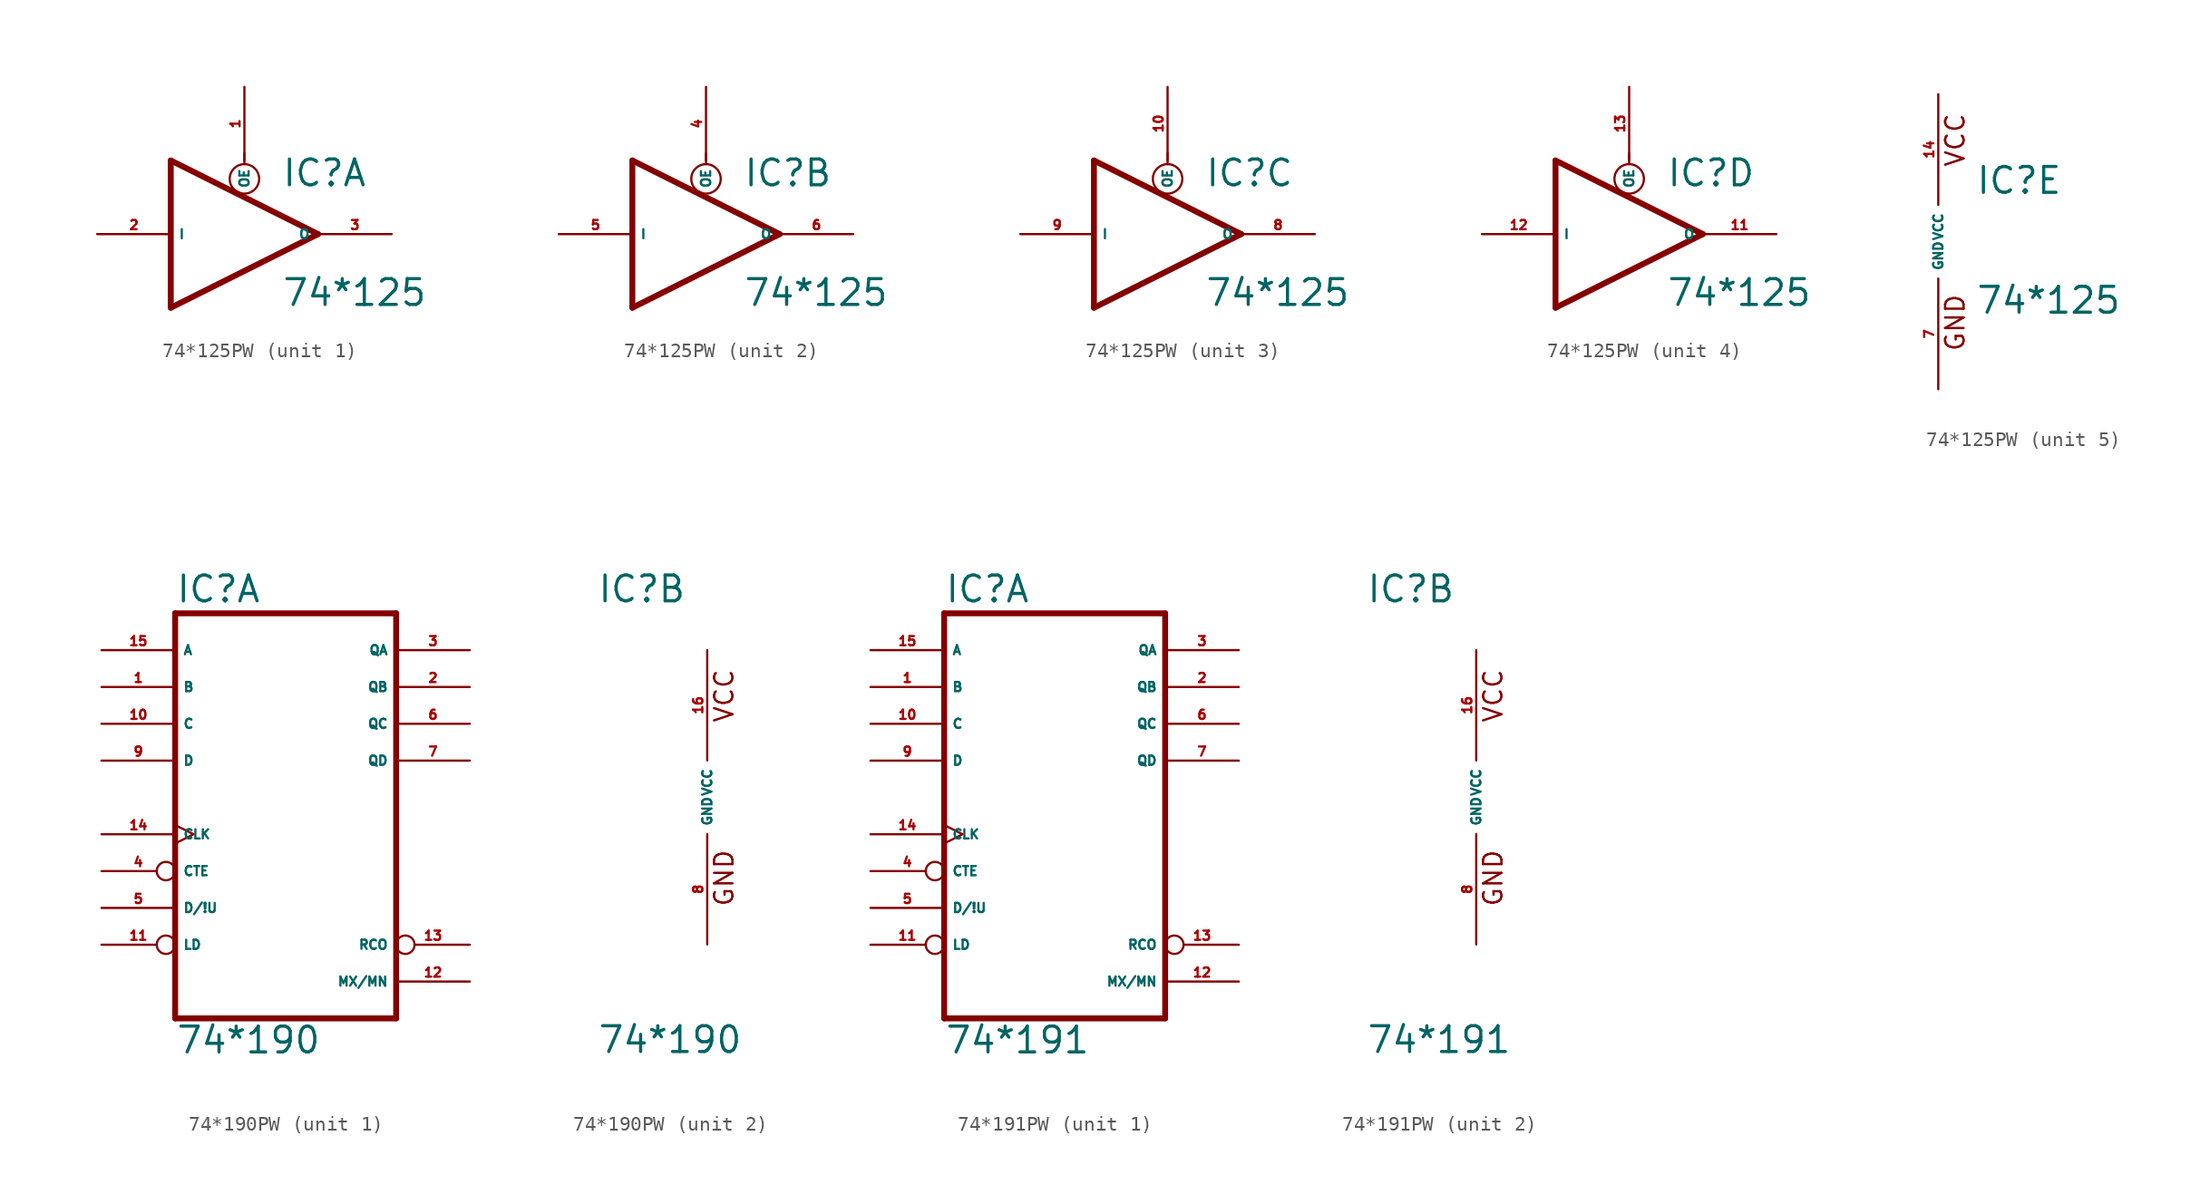
<source format=kicad_sym>
(kicad_symbol_lib
  (version 20220914)
  (generator Eagle2Kicad)
  (symbol "74*125PW"
    (property "Reference" "IC"
      (at 2.54 3.175 0)
      (effects (font (size 1.778 1.778) (thickness 0.22)) (justify left bottom)))
    (property "Value" "74*125"
      (at 2.54 -5.08 0)
      (effects (font (size 1.778 1.778) (thickness 0.22)) (justify left bottom)))
    (symbol "74*125PW_1_0"
      (polyline (pts (xy 5.08 0) (xy -5.08 5.08)) (stroke (width 0.406) (type default)) (fill (type none)))
      (polyline (pts (xy 5.08 0) (xy -5.08 -5.08)) (stroke (width 0.406) (type default)) (fill (type none)))
      (polyline (pts (xy -5.08 -5.08) (xy -5.08 5.08)) (stroke (width 0.406) (type default)) (fill (type none)))
      (polyline (pts (xy 0 4.826) (xy 0 5.588)) (stroke (width 0.152) (type default)) (fill (type none)))
      (circle (center 0 3.81) (radius 1.016) (stroke (width 0.152) (type default)) (fill (type none)))
      (pin input line (at 0 10.16 270) (length 5.08) (name "OE" (effects (font (size 0.635 0.635) (thickness 0.08)) (justify left bottom))) (number "1" (effects (font (size 0.635 0.635) (thickness 0.08)) (justify left bottom))))
      (pin input line (at -10.16 0 0) (length 5.08) (name "I" (effects (font (size 0.635 0.635) (thickness 0.08)) (justify left bottom))) (number "2" (effects (font (size 0.635 0.635) (thickness 0.08)) (justify left bottom))))
      (pin tri_state line (at 10.16 0 180) (length 5.08) (name "O" (effects (font (size 0.635 0.635) (thickness 0.08)) (justify left bottom))) (number "3" (effects (font (size 0.635 0.635) (thickness 0.08)) (justify left bottom)))))
    (symbol "74*125PW_2_0"
      (polyline (pts (xy 5.08 0) (xy -5.08 5.08)) (stroke (width 0.406) (type default)) (fill (type none)))
      (polyline (pts (xy 5.08 0) (xy -5.08 -5.08)) (stroke (width 0.406) (type default)) (fill (type none)))
      (polyline (pts (xy -5.08 -5.08) (xy -5.08 5.08)) (stroke (width 0.406) (type default)) (fill (type none)))
      (polyline (pts (xy 0 4.826) (xy 0 5.588)) (stroke (width 0.152) (type default)) (fill (type none)))
      (circle (center 0 3.81) (radius 1.016) (stroke (width 0.152) (type default)) (fill (type none)))
      (pin input line (at 0 10.16 270) (length 5.08) (name "OE" (effects (font (size 0.635 0.635) (thickness 0.08)) (justify left bottom))) (number "4" (effects (font (size 0.635 0.635) (thickness 0.08)) (justify left bottom))))
      (pin input line (at -10.16 0 0) (length 5.08) (name "I" (effects (font (size 0.635 0.635) (thickness 0.08)) (justify left bottom))) (number "5" (effects (font (size 0.635 0.635) (thickness 0.08)) (justify left bottom))))
      (pin tri_state line (at 10.16 0 180) (length 5.08) (name "O" (effects (font (size 0.635 0.635) (thickness 0.08)) (justify left bottom))) (number "6" (effects (font (size 0.635 0.635) (thickness 0.08)) (justify left bottom)))))
    (symbol "74*125PW_3_0"
      (polyline (pts (xy 5.08 0) (xy -5.08 5.08)) (stroke (width 0.406) (type default)) (fill (type none)))
      (polyline (pts (xy 5.08 0) (xy -5.08 -5.08)) (stroke (width 0.406) (type default)) (fill (type none)))
      (polyline (pts (xy -5.08 -5.08) (xy -5.08 5.08)) (stroke (width 0.406) (type default)) (fill (type none)))
      (polyline (pts (xy 0 4.826) (xy 0 5.588)) (stroke (width 0.152) (type default)) (fill (type none)))
      (circle (center 0 3.81) (radius 1.016) (stroke (width 0.152) (type default)) (fill (type none)))
      (pin input line (at 0 10.16 270) (length 5.08) (name "OE" (effects (font (size 0.635 0.635) (thickness 0.08)) (justify left bottom))) (number "10" (effects (font (size 0.635 0.635) (thickness 0.08)) (justify left bottom))))
      (pin input line (at -10.16 0 0) (length 5.08) (name "I" (effects (font (size 0.635 0.635) (thickness 0.08)) (justify left bottom))) (number "9" (effects (font (size 0.635 0.635) (thickness 0.08)) (justify left bottom))))
      (pin tri_state line (at 10.16 0 180) (length 5.08) (name "O" (effects (font (size 0.635 0.635) (thickness 0.08)) (justify left bottom))) (number "8" (effects (font (size 0.635 0.635) (thickness 0.08)) (justify left bottom)))))
    (symbol "74*125PW_4_0"
      (polyline (pts (xy 5.08 0) (xy -5.08 5.08)) (stroke (width 0.406) (type default)) (fill (type none)))
      (polyline (pts (xy 5.08 0) (xy -5.08 -5.08)) (stroke (width 0.406) (type default)) (fill (type none)))
      (polyline (pts (xy -5.08 -5.08) (xy -5.08 5.08)) (stroke (width 0.406) (type default)) (fill (type none)))
      (polyline (pts (xy 0 4.826) (xy 0 5.588)) (stroke (width 0.152) (type default)) (fill (type none)))
      (circle (center 0 3.81) (radius 1.016) (stroke (width 0.152) (type default)) (fill (type none)))
      (pin input line (at 0 10.16 270) (length 5.08) (name "OE" (effects (font (size 0.635 0.635) (thickness 0.08)) (justify left bottom))) (number "13" (effects (font (size 0.635 0.635) (thickness 0.08)) (justify left bottom))))
      (pin input line (at -10.16 0 0) (length 5.08) (name "I" (effects (font (size 0.635 0.635) (thickness 0.08)) (justify left bottom))) (number "12" (effects (font (size 0.635 0.635) (thickness 0.08)) (justify left bottom))))
      (pin tri_state line (at 10.16 0 180) (length 5.08) (name "O" (effects (font (size 0.635 0.635) (thickness 0.08)) (justify left bottom))) (number "11" (effects (font (size 0.635 0.635) (thickness 0.08)) (justify left bottom)))))
    (symbol "74*125PW_5_0"
      (text "GND" (at 1.905 -7.62 900) (effects (font (size 1.27 1.27) (thickness 0.16)) (justify left bottom)))
      (text "VCC" (at 1.905 5.08 900) (effects (font (size 1.27 1.27) (thickness 0.16)) (justify left bottom)))
      (pin unspecified line (at 0 -10.16 90) (length 7.62) (name "GND" (effects (font (size 0.635 0.635) (thickness 0.08)) (justify left bottom))) (number "7" (effects (font (size 0.635 0.635) (thickness 0.08)) (justify left bottom))))
      (pin unspecified line (at 0 10.16 270) (length 7.62) (name "VCC" (effects (font (size 0.635 0.635) (thickness 0.08)) (justify left bottom))) (number "14" (effects (font (size 0.635 0.635) (thickness 0.08)) (justify left bottom))))))
  (symbol "74*190PW"
    (property "Reference" "IC"
      (at -7.62 13.335 0)
      (effects (font (size 1.778 1.778) (thickness 0.22)) (justify left bottom)))
    (property "Value" "74*190"
      (at -7.62 -17.78 0)
      (effects (font (size 1.778 1.778) (thickness 0.22)) (justify left bottom)))
    (symbol "74*190PW_1_0"
      (polyline (pts (xy -7.62 -15.24) (xy 7.62 -15.24)) (stroke (width 0.406) (type default)) (fill (type none)))
      (polyline (pts (xy 7.62 -15.24) (xy 7.62 12.7)) (stroke (width 0.406) (type default)) (fill (type none)))
      (polyline (pts (xy 7.62 12.7) (xy -7.62 12.7)) (stroke (width 0.406) (type default)) (fill (type none)))
      (polyline (pts (xy -7.62 12.7) (xy -7.62 -15.24)) (stroke (width 0.406) (type default)) (fill (type none)))
      (pin input line (at -12.7 7.62 0) (length 5.08) (name "B" (effects (font (size 0.635 0.635) (thickness 0.08)) (justify left bottom))) (number "1" (effects (font (size 0.635 0.635) (thickness 0.08)) (justify left bottom))))
      (pin output line (at 12.7 7.62 180) (length 5.08) (name "QB" (effects (font (size 0.635 0.635) (thickness 0.08)) (justify left bottom))) (number "2" (effects (font (size 0.635 0.635) (thickness 0.08)) (justify left bottom))))
      (pin output line (at 12.7 10.16 180) (length 5.08) (name "QA" (effects (font (size 0.635 0.635) (thickness 0.08)) (justify left bottom))) (number "3" (effects (font (size 0.635 0.635) (thickness 0.08)) (justify left bottom))))
      (pin input inverted (at -12.7 -5.08 0) (length 5.08) (name "CTE" (effects (font (size 0.635 0.635) (thickness 0.08)) (justify left bottom))) (number "4" (effects (font (size 0.635 0.635) (thickness 0.08)) (justify left bottom))))
      (pin input line (at -12.7 -7.62 0) (length 5.08) (name "D/!U" (effects (font (size 0.635 0.635) (thickness 0.08)) (justify left bottom))) (number "5" (effects (font (size 0.635 0.635) (thickness 0.08)) (justify left bottom))))
      (pin output line (at 12.7 5.08 180) (length 5.08) (name "QC" (effects (font (size 0.635 0.635) (thickness 0.08)) (justify left bottom))) (number "6" (effects (font (size 0.635 0.635) (thickness 0.08)) (justify left bottom))))
      (pin output line (at 12.7 2.54 180) (length 5.08) (name "QD" (effects (font (size 0.635 0.635) (thickness 0.08)) (justify left bottom))) (number "7" (effects (font (size 0.635 0.635) (thickness 0.08)) (justify left bottom))))
      (pin input line (at -12.7 2.54 0) (length 5.08) (name "D" (effects (font (size 0.635 0.635) (thickness 0.08)) (justify left bottom))) (number "9" (effects (font (size 0.635 0.635) (thickness 0.08)) (justify left bottom))))
      (pin input line (at -12.7 5.08 0) (length 5.08) (name "C" (effects (font (size 0.635 0.635) (thickness 0.08)) (justify left bottom))) (number "10" (effects (font (size 0.635 0.635) (thickness 0.08)) (justify left bottom))))
      (pin input inverted (at -12.7 -10.16 0) (length 5.08) (name "LD" (effects (font (size 0.635 0.635) (thickness 0.08)) (justify left bottom))) (number "11" (effects (font (size 0.635 0.635) (thickness 0.08)) (justify left bottom))))
      (pin output line (at 12.7 -12.7 180) (length 5.08) (name "MX/MN" (effects (font (size 0.635 0.635) (thickness 0.08)) (justify left bottom))) (number "12" (effects (font (size 0.635 0.635) (thickness 0.08)) (justify left bottom))))
      (pin output inverted (at 12.7 -10.16 180) (length 5.08) (name "RCO" (effects (font (size 0.635 0.635) (thickness 0.08)) (justify left bottom))) (number "13" (effects (font (size 0.635 0.635) (thickness 0.08)) (justify left bottom))))
      (pin input clock (at -12.7 -2.54 0) (length 5.08) (name "CLK" (effects (font (size 0.635 0.635) (thickness 0.08)) (justify left bottom))) (number "14" (effects (font (size 0.635 0.635) (thickness 0.08)) (justify left bottom))))
      (pin input line (at -12.7 10.16 0) (length 5.08) (name "A" (effects (font (size 0.635 0.635) (thickness 0.08)) (justify left bottom))) (number "15" (effects (font (size 0.635 0.635) (thickness 0.08)) (justify left bottom)))))
    (symbol "74*190PW_2_0"
      (text "GND" (at 1.905 -7.62 900) (effects (font (size 1.27 1.27) (thickness 0.16)) (justify left bottom)))
      (text "VCC" (at 1.905 5.08 900) (effects (font (size 1.27 1.27) (thickness 0.16)) (justify left bottom)))
      (pin unspecified line (at 0 -10.16 90) (length 7.62) (name "GND" (effects (font (size 0.635 0.635) (thickness 0.08)) (justify left bottom))) (number "8" (effects (font (size 0.635 0.635) (thickness 0.08)) (justify left bottom))))
      (pin unspecified line (at 0 10.16 270) (length 7.62) (name "VCC" (effects (font (size 0.635 0.635) (thickness 0.08)) (justify left bottom))) (number "16" (effects (font (size 0.635 0.635) (thickness 0.08)) (justify left bottom))))))
  (symbol "74*191PW"
    (property "Reference" "IC"
      (at -7.62 13.335 0)
      (effects (font (size 1.778 1.778) (thickness 0.22)) (justify left bottom)))
    (property "Value" "74*191"
      (at -7.62 -17.78 0)
      (effects (font (size 1.778 1.778) (thickness 0.22)) (justify left bottom)))
    (symbol "74*191PW_1_0"
      (polyline (pts (xy -7.62 -15.24) (xy 7.62 -15.24)) (stroke (width 0.406) (type default)) (fill (type none)))
      (polyline (pts (xy 7.62 -15.24) (xy 7.62 12.7)) (stroke (width 0.406) (type default)) (fill (type none)))
      (polyline (pts (xy 7.62 12.7) (xy -7.62 12.7)) (stroke (width 0.406) (type default)) (fill (type none)))
      (polyline (pts (xy -7.62 12.7) (xy -7.62 -15.24)) (stroke (width 0.406) (type default)) (fill (type none)))
      (pin input line (at -12.7 7.62 0) (length 5.08) (name "B" (effects (font (size 0.635 0.635) (thickness 0.08)) (justify left bottom))) (number "1" (effects (font (size 0.635 0.635) (thickness 0.08)) (justify left bottom))))
      (pin output line (at 12.7 7.62 180) (length 5.08) (name "QB" (effects (font (size 0.635 0.635) (thickness 0.08)) (justify left bottom))) (number "2" (effects (font (size 0.635 0.635) (thickness 0.08)) (justify left bottom))))
      (pin output line (at 12.7 10.16 180) (length 5.08) (name "QA" (effects (font (size 0.635 0.635) (thickness 0.08)) (justify left bottom))) (number "3" (effects (font (size 0.635 0.635) (thickness 0.08)) (justify left bottom))))
      (pin input inverted (at -12.7 -5.08 0) (length 5.08) (name "CTE" (effects (font (size 0.635 0.635) (thickness 0.08)) (justify left bottom))) (number "4" (effects (font (size 0.635 0.635) (thickness 0.08)) (justify left bottom))))
      (pin input line (at -12.7 -7.62 0) (length 5.08) (name "D/!U" (effects (font (size 0.635 0.635) (thickness 0.08)) (justify left bottom))) (number "5" (effects (font (size 0.635 0.635) (thickness 0.08)) (justify left bottom))))
      (pin output line (at 12.7 5.08 180) (length 5.08) (name "QC" (effects (font (size 0.635 0.635) (thickness 0.08)) (justify left bottom))) (number "6" (effects (font (size 0.635 0.635) (thickness 0.08)) (justify left bottom))))
      (pin output line (at 12.7 2.54 180) (length 5.08) (name "QD" (effects (font (size 0.635 0.635) (thickness 0.08)) (justify left bottom))) (number "7" (effects (font (size 0.635 0.635) (thickness 0.08)) (justify left bottom))))
      (pin input line (at -12.7 2.54 0) (length 5.08) (name "D" (effects (font (size 0.635 0.635) (thickness 0.08)) (justify left bottom))) (number "9" (effects (font (size 0.635 0.635) (thickness 0.08)) (justify left bottom))))
      (pin input line (at -12.7 5.08 0) (length 5.08) (name "C" (effects (font (size 0.635 0.635) (thickness 0.08)) (justify left bottom))) (number "10" (effects (font (size 0.635 0.635) (thickness 0.08)) (justify left bottom))))
      (pin input inverted (at -12.7 -10.16 0) (length 5.08) (name "LD" (effects (font (size 0.635 0.635) (thickness 0.08)) (justify left bottom))) (number "11" (effects (font (size 0.635 0.635) (thickness 0.08)) (justify left bottom))))
      (pin output line (at 12.7 -12.7 180) (length 5.08) (name "MX/MN" (effects (font (size 0.635 0.635) (thickness 0.08)) (justify left bottom))) (number "12" (effects (font (size 0.635 0.635) (thickness 0.08)) (justify left bottom))))
      (pin output inverted (at 12.7 -10.16 180) (length 5.08) (name "RCO" (effects (font (size 0.635 0.635) (thickness 0.08)) (justify left bottom))) (number "13" (effects (font (size 0.635 0.635) (thickness 0.08)) (justify left bottom))))
      (pin input clock (at -12.7 -2.54 0) (length 5.08) (name "CLK" (effects (font (size 0.635 0.635) (thickness 0.08)) (justify left bottom))) (number "14" (effects (font (size 0.635 0.635) (thickness 0.08)) (justify left bottom))))
      (pin input line (at -12.7 10.16 0) (length 5.08) (name "A" (effects (font (size 0.635 0.635) (thickness 0.08)) (justify left bottom))) (number "15" (effects (font (size 0.635 0.635) (thickness 0.08)) (justify left bottom)))))
    (symbol "74*191PW_2_0"
      (text "GND" (at 1.905 -7.62 900) (effects (font (size 1.27 1.27) (thickness 0.16)) (justify left bottom)))
      (text "VCC" (at 1.905 5.08 900) (effects (font (size 1.27 1.27) (thickness 0.16)) (justify left bottom)))
      (pin unspecified line (at 0 -10.16 90) (length 7.62) (name "GND" (effects (font (size 0.635 0.635) (thickness 0.08)) (justify left bottom))) (number "8" (effects (font (size 0.635 0.635) (thickness 0.08)) (justify left bottom))))
      (pin unspecified line (at 0 10.16 270) (length 7.62) (name "VCC" (effects (font (size 0.635 0.635) (thickness 0.08)) (justify left bottom))) (number "16" (effects (font (size 0.635 0.635) (thickness 0.08)) (justify left bottom)))))))
</source>
